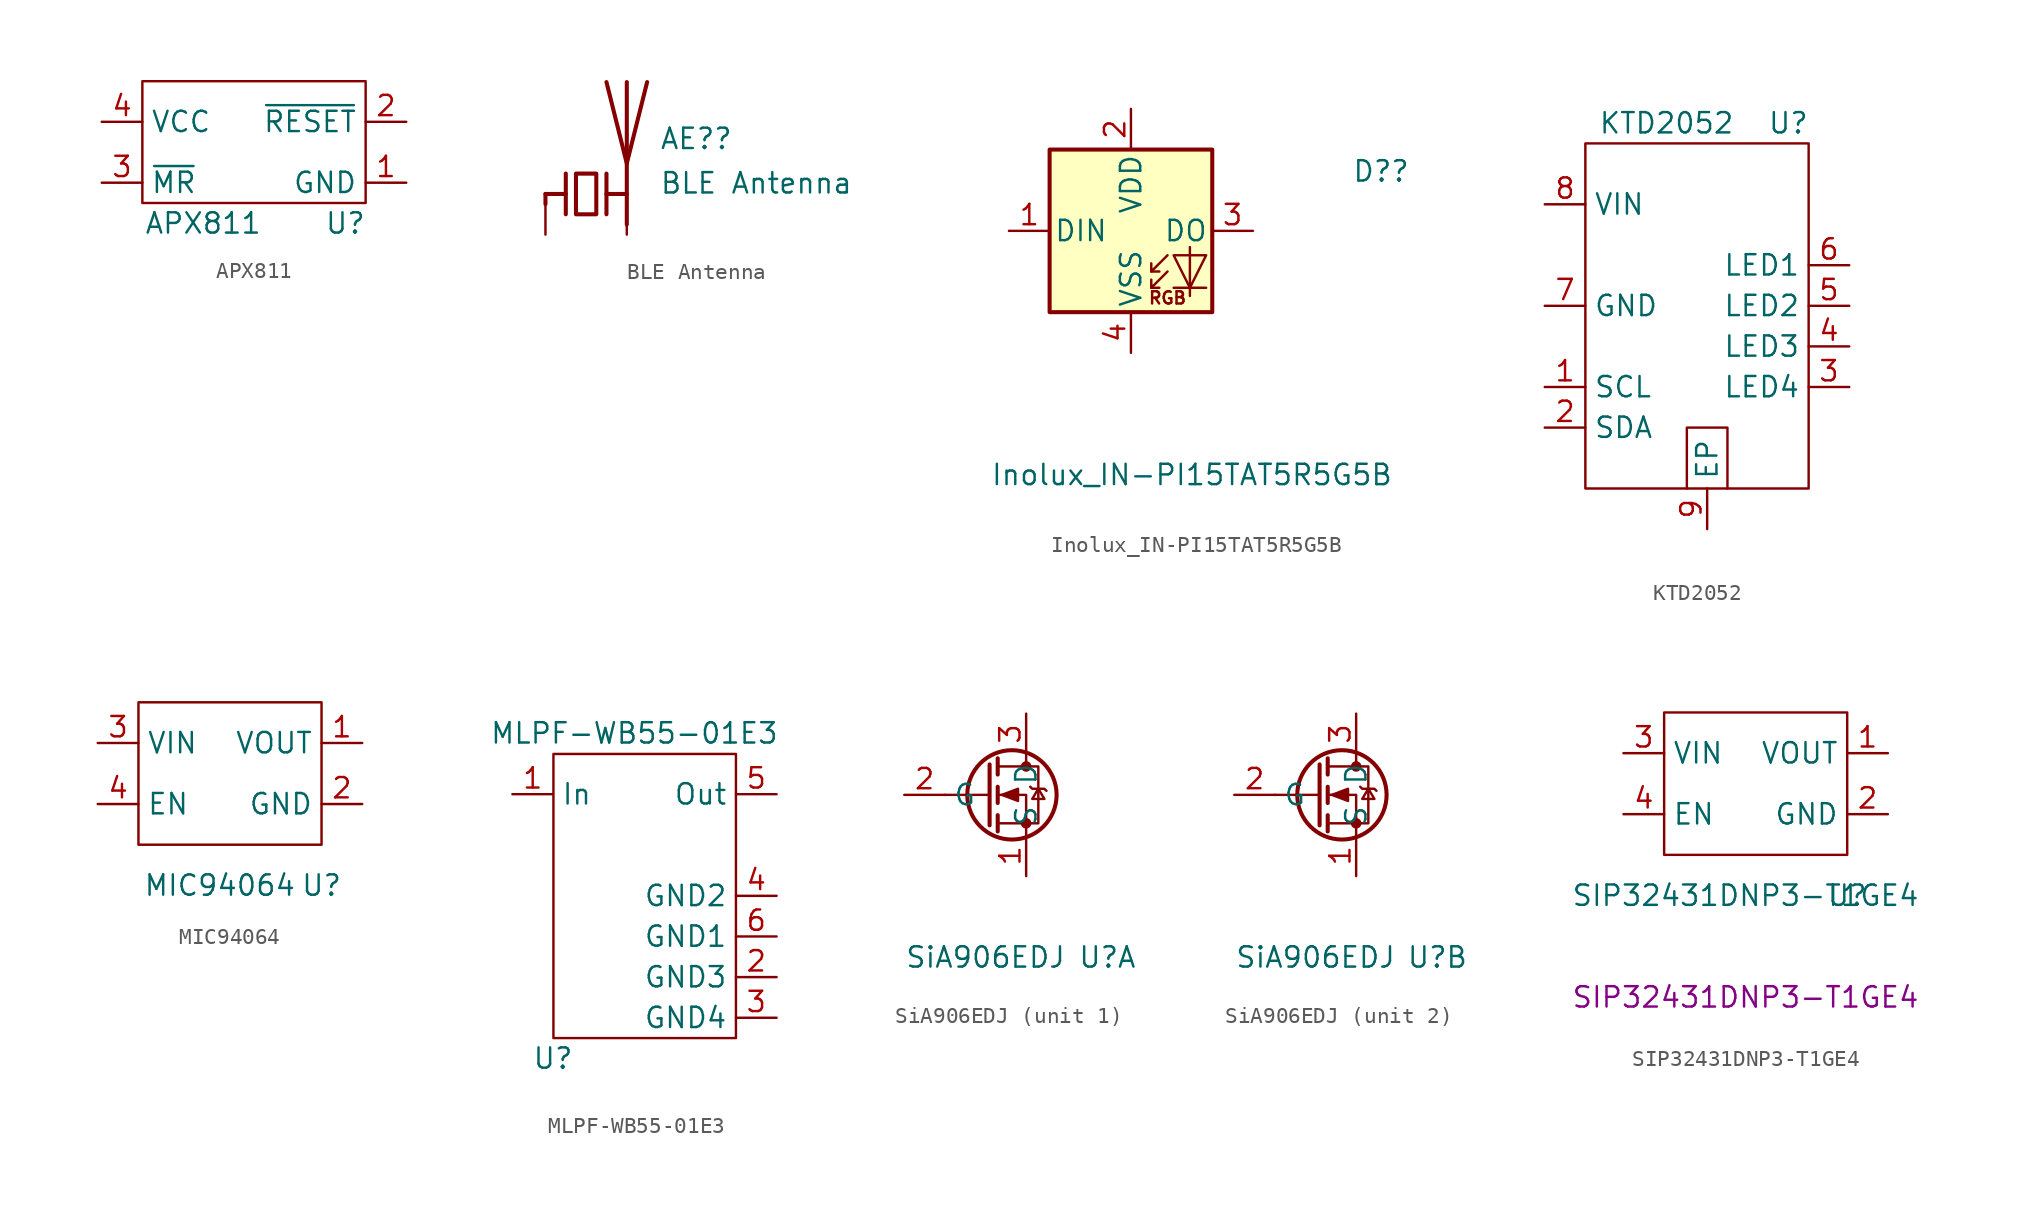
<source format=kicad_sym>
(kicad_symbol_lib
  (version 20211014)
  (generator kicad_symbol_editor)
  (symbol "APX811"
    (property "Reference" "U"
      (at 6.35 -2.54 0)
      (effects (font (size 1.27 1.27))))
    (property "Value" "APX811"
      (at -2.54 -2.54 0)
      (effects (font (size 1.27 1.27))))
    (symbol "APX811_0_1"
      (rectangle (start -6.35 6.35) (end 7.62 -1.27) (stroke (width 0.152) (type default) (color 0 0 0 0)) (fill (type none))))
    (symbol "APX811_1_1"
      (pin bidirectional line (at 10.16 0 180) (length 2.54) (name "GND" (effects (font (size 1.27 1.27)))) (number "1" (effects (font (size 1.27 1.27)))))
      (pin bidirectional line (at 10.16 3.81 180) (length 2.54) (name "~{RESET}" (effects (font (size 1.27 1.27)))) (number "2" (effects (font (size 1.27 1.27)))))
      (pin bidirectional line (at -8.89 0 0) (length 2.54) (name "~{MR}" (effects (font (size 1.27 1.27)))) (number "3" (effects (font (size 1.27 1.27)))))
      (pin bidirectional line (at -8.89 3.81 0) (length 2.54) (name "VCC" (effects (font (size 1.27 1.27)))) (number "4" (effects (font (size 1.27 1.27)))))))
  (symbol "BLE Antenna"
    (pin_numbers hide)
    (pin_names
      (offset 1.016) hide)
    (property "Reference" "AE?"
      (at 4.572 3.449 0)
      (effects (font (size 1.27 1.27)) (justify left)))
    (property "Value" "BLE Antenna"
      (at 4.572 0.673 0)
      (effects (font (size 1.27 1.27)) (justify left)))
    (symbol "BLE Antenna_0_1"
      (polyline (pts (xy -2.54 0) (xy -2.54 -0.635)) (stroke (width 0.254) (type default) (color 0 0 0 0)) (fill (type none)))
      (polyline (pts (xy -2.54 0) (xy -1.27 0)) (stroke (width 0.254) (type default) (color 0 0 0 0)) (fill (type none)))
      (polyline (pts (xy 1.27 0) (xy 2.54 0)) (stroke (width 0.254) (type default) (color 0 0 0 0)) (fill (type none)))
      (polyline (pts (xy 1.27 1.27) (xy 1.27 -1.27)) (stroke (width 0.254) (type default) (color 0 0 0 0)) (fill (type none)))
      (polyline (pts (xy 2.54 -0.635) (xy 2.54 0)) (stroke (width 0) (type default) (color 0 0 0 0)) (fill (type none)))
      (polyline (pts (xy 2.54 6.985) (xy 2.54 -1.905)) (stroke (width 0.254) (type default) (color 0 0 0 0)) (fill (type none)))
      (polyline (pts (xy -1.27 1.27) (xy -1.27 -1.27) (xy -1.27 0)) (stroke (width 0.254) (type default) (color 0 0 0 0)) (fill (type none)))
      (polyline (pts (xy 3.81 6.985) (xy 2.54 1.905) (xy 1.27 6.985)) (stroke (width 0.254) (type default) (color 0 0 0 0)) (fill (type none)))
      (polyline (pts (xy -0.635 1.27) (xy 0.635 1.27) (xy 0.635 -1.27) (xy -0.635 -1.27) (xy -0.635 1.27)) (stroke (width 0.254) (type default) (color 0 0 0 0)) (fill (type none))))
    (symbol "BLE Antenna_1_1"
      (pin input line (at -2.54 -2.54 90) (length 2.54) (name "FEED" (effects (font (size 1.27 1.27)))) (number "1" (effects (font (size 1.27 1.27)))))
      (pin passive line (at 2.54 -2.54 90) (length 2.54) (name "PCB_Trace" (effects (font (size 1.27 1.27)))) (number "2" (effects (font (size 1.27 1.27)))))))
  (symbol "Inolux_IN-PI15TAT5R5G5B"
    (pin_names
      (offset 0.254))
    (property "Reference" "D?"
      (at 15.628 3.725 0)
      (effects (font (size 1.27 1.27))))
    (property "Value" "Inolux_IN-PI15TAT5R5G5B"
      (at 3.81 -15.24 0)
      (effects (font (size 1.27 1.27))))
    (symbol "Inolux_IN-PI15TAT5R5G5B_0_0"
      (text "RGB" (at 2.286 -4.191 0) (effects (font (size 0.762 0.762)))))
    (symbol "Inolux_IN-PI15TAT5R5G5B_0_1"
      (polyline (pts (xy 1.27 -3.556) (xy 1.778 -3.556)) (stroke (width 0) (type default) (color 0 0 0 0)) (fill (type none)))
      (polyline (pts (xy 1.27 -2.54) (xy 1.778 -2.54)) (stroke (width 0) (type default) (color 0 0 0 0)) (fill (type none)))
      (polyline (pts (xy 4.699 -3.556) (xy 2.667 -3.556)) (stroke (width 0) (type default) (color 0 0 0 0)) (fill (type none)))
      (polyline (pts (xy 2.286 -2.54) (xy 1.27 -3.556) (xy 1.27 -3.048)) (stroke (width 0) (type default) (color 0 0 0 0)) (fill (type none)))
      (polyline (pts (xy 2.286 -1.524) (xy 1.27 -2.54) (xy 1.27 -2.032)) (stroke (width 0) (type default) (color 0 0 0 0)) (fill (type none)))
      (polyline (pts (xy 3.683 -1.016) (xy 3.683 -3.556) (xy 3.683 -4.064)) (stroke (width 0) (type default) (color 0 0 0 0)) (fill (type none)))
      (polyline (pts (xy 4.699 -1.524) (xy 2.667 -1.524) (xy 3.683 -3.556) (xy 4.699 -1.524)) (stroke (width 0) (type default) (color 0 0 0 0)) (fill (type none)))
      (rectangle (start 5.08 5.08) (end -5.08 -5.08) (stroke (width 0.254) (type default) (color 0 0 0 0)) (fill (type background))))
    (symbol "Inolux_IN-PI15TAT5R5G5B_1_1"
      (pin input line (at -7.62 0 0) (length 2.54) (name "DIN" (effects (font (size 1.27 1.27)))) (number "1" (effects (font (size 1.27 1.27)))))
      (pin power_in line (at 0 7.62 270) (length 2.54) (name "VDD" (effects (font (size 1.27 1.27)))) (number "2" (effects (font (size 1.27 1.27)))))
      (pin output line (at 7.62 0 180) (length 2.54) (name "DO" (effects (font (size 1.27 1.27)))) (number "3" (effects (font (size 1.27 1.27)))))
      (pin power_in line (at 0 -7.62 90) (length 2.54) (name "VSS" (effects (font (size 1.27 1.27)))) (number "4" (effects (font (size 1.27 1.27)))))))
  (symbol "KTD2052"
    (property "Reference" "U"
      (at 12.7 1.27 0)
      (effects (font (size 1.27 1.27))))
    (property "Value" "KTD2052"
      (at 5.08 1.27 0)
      (effects (font (size 1.27 1.27))))
    (symbol "KTD2052_0_1"
      (polyline (pts (xy 6.35 -21.59) (xy 6.35 -17.78) (xy 8.89 -17.78) (xy 8.89 -21.59)) (stroke (width 0.152) (type default) (color 0 0 0 0)) (fill (type none)))
      (rectangle (start 0 0) (end 13.97 -21.59) (stroke (width 0.152) (type default) (color 0 0 0 0)) (fill (type none))))
    (symbol "KTD2052_1_1"
      (pin bidirectional line (at -2.54 -15.24 0) (length 2.54) (name "SCL" (effects (font (size 1.27 1.27)))) (number "1" (effects (font (size 1.27 1.27)))))
      (pin bidirectional line (at -2.54 -17.78 0) (length 2.54) (name "SDA" (effects (font (size 1.27 1.27)))) (number "2" (effects (font (size 1.27 1.27)))))
      (pin bidirectional line (at 16.51 -15.24 180) (length 2.54) (name "LED4" (effects (font (size 1.27 1.27)))) (number "3" (effects (font (size 1.27 1.27)))))
      (pin bidirectional line (at 16.51 -12.7 180) (length 2.54) (name "LED3" (effects (font (size 1.27 1.27)))) (number "4" (effects (font (size 1.27 1.27)))))
      (pin bidirectional line (at 16.51 -10.16 180) (length 2.54) (name "LED2" (effects (font (size 1.27 1.27)))) (number "5" (effects (font (size 1.27 1.27)))))
      (pin bidirectional line (at 16.51 -7.62 180) (length 2.54) (name "LED1" (effects (font (size 1.27 1.27)))) (number "6" (effects (font (size 1.27 1.27)))))
      (pin power_in line (at -2.54 -10.16 0) (length 2.54) (name "GND" (effects (font (size 1.27 1.27)))) (number "7" (effects (font (size 1.27 1.27)))))
      (pin power_in line (at -2.54 -3.81 0) (length 2.54) (name "VIN" (effects (font (size 1.27 1.27)))) (number "8" (effects (font (size 1.27 1.27)))))
      (pin bidirectional line (at 7.62 -24.13 90) (length 2.54) (name "EP" (effects (font (size 1.27 1.27)))) (number "9" (effects (font (size 1.27 1.27)))))))
  (symbol "MIC94064"
    (property "Reference" "U"
      (at 2.54 -6.35 0)
      (effects (font (size 1.27 1.27))))
    (property "Value" "MIC94064"
      (at -3.81 -6.35 0)
      (effects (font (size 1.27 1.27))))
    (symbol "MIC94064_0_1"
      (rectangle (start -8.89 5.08) (end 2.54 -3.81) (stroke (width 0.152) (type default) (color 0 0 0 0)) (fill (type none))))
    (symbol "MIC94064_1_1"
      (pin bidirectional line (at 5.08 2.54 180) (length 2.54) (name "VOUT" (effects (font (size 1.27 1.27)))) (number "1" (effects (font (size 1.27 1.27)))))
      (pin bidirectional line (at 5.08 -1.27 180) (length 2.54) (name "GND" (effects (font (size 1.27 1.27)))) (number "2" (effects (font (size 1.27 1.27)))))
      (pin bidirectional line (at -11.43 2.54 0) (length 2.54) (name "VIN" (effects (font (size 1.27 1.27)))) (number "3" (effects (font (size 1.27 1.27)))))
      (pin bidirectional line (at -11.43 -1.27 0) (length 2.54) (name "EN" (effects (font (size 1.27 1.27)))) (number "4" (effects (font (size 1.27 1.27)))))))
  (symbol "MLPF-WB55-01E3"
    (property "Reference" "U"
      (at 0 -19.05 0)
      (effects (font (size 1.27 1.27))))
    (property "Value" "MLPF-WB55-01E3"
      (at 5.08 1.27 0)
      (effects (font (size 1.27 1.27))))
    (symbol "MLPF-WB55-01E3_0_1"
      (rectangle (start 0.025 -0.025) (end 11.43 -17.78) (stroke (width 0.152) (type default) (color 0 0 0 0)) (fill (type none))))
    (symbol "MLPF-WB55-01E3_1_1"
      (pin input line (at -2.54 -2.54 0) (length 2.54) (name "In" (effects (font (size 1.27 1.27)))) (number "1" (effects (font (size 1.27 1.27)))))
      (pin power_in line (at 13.97 -13.97 180) (length 2.54) (name "GND3" (effects (font (size 1.27 1.27)))) (number "2" (effects (font (size 1.27 1.27)))))
      (pin power_in line (at 13.97 -16.51 180) (length 2.54) (name "GND4" (effects (font (size 1.27 1.27)))) (number "3" (effects (font (size 1.27 1.27)))))
      (pin power_in line (at 13.97 -8.89 180) (length 2.54) (name "GND2" (effects (font (size 1.27 1.27)))) (number "4" (effects (font (size 1.27 1.27)))))
      (pin input line (at 13.97 -2.54 180) (length 2.54) (name "Out" (effects (font (size 1.27 1.27)))) (number "5" (effects (font (size 1.27 1.27)))))
      (pin power_in line (at 13.97 -11.43 180) (length 2.54) (name "GND1" (effects (font (size 1.27 1.27)))) (number "6" (effects (font (size 1.27 1.27)))))))
  (symbol "SiA906EDJ"
    (property "Reference" "U"
      (at 6.35 -10.16 0)
      (effects (font (size 1.27 1.27))))
    (property "Value" "SiA906EDJ"
      (at -1.27 -10.16 0)
      (effects (font (size 1.27 1.27))))
    (symbol "SiA906EDJ_0_1"
      (polyline (pts (xy -1.016 0) (xy -3.81 0)) (stroke (width 0) (type default) (color 0 0 0 0)) (fill (type none)))
      (polyline (pts (xy -1.016 1.905) (xy -1.016 -1.905)) (stroke (width 0.254) (type default) (color 0 0 0 0)) (fill (type none)))
      (polyline (pts (xy -0.508 -1.27) (xy -0.508 -2.286)) (stroke (width 0.254) (type default) (color 0 0 0 0)) (fill (type none)))
      (polyline (pts (xy -0.508 0.508) (xy -0.508 -0.508)) (stroke (width 0.254) (type default) (color 0 0 0 0)) (fill (type none)))
      (polyline (pts (xy -0.508 2.286) (xy -0.508 1.27)) (stroke (width 0.254) (type default) (color 0 0 0 0)) (fill (type none)))
      (polyline (pts (xy 1.27 2.54) (xy 1.27 1.778)) (stroke (width 0) (type default) (color 0 0 0 0)) (fill (type none)))
      (polyline (pts (xy 1.27 -2.54) (xy 1.27 0) (xy -0.508 0)) (stroke (width 0) (type default) (color 0 0 0 0)) (fill (type none)))
      (polyline (pts (xy -0.508 -1.778) (xy 2.032 -1.778) (xy 2.032 1.778) (xy -0.508 1.778)) (stroke (width 0) (type default) (color 0 0 0 0)) (fill (type none)))
      (polyline (pts (xy -0.254 0) (xy 0.762 0.381) (xy 0.762 -0.381) (xy -0.254 0)) (stroke (width 0) (type default) (color 0 0 0 0)) (fill (type outline)))
      (polyline (pts (xy 1.524 0.508) (xy 1.651 0.381) (xy 2.413 0.381) (xy 2.54 0.254)) (stroke (width 0) (type default) (color 0 0 0 0)) (fill (type none)))
      (polyline (pts (xy 2.032 0.381) (xy 1.651 -0.254) (xy 2.413 -0.254) (xy 2.032 0.381)) (stroke (width 0) (type default) (color 0 0 0 0)) (fill (type none)))
      (circle (center 0.381 0) (radius 2.794) (stroke (width 0.254) (type default) (color 0 0 0 0)) (fill (type none)))
      (circle (center 1.27 -1.778) (radius 0.254) (stroke (width 0) (type default) (color 0 0 0 0)) (fill (type outline)))
      (circle (center 1.27 1.778) (radius 0.254) (stroke (width 0) (type default) (color 0 0 0 0)) (fill (type outline))))
    (symbol "SiA906EDJ_1_1"
      (pin passive line (at 1.27 -5.08 90) (length 2.54) (name "S" (effects (font (size 1.27 1.27)))) (number "1" (effects (font (size 1.27 1.27)))))
      (pin input line (at -6.35 0 0) (length 2.54) (name "G" (effects (font (size 1.27 1.27)))) (number "2" (effects (font (size 1.27 1.27)))))
      (pin passive line (at 1.27 5.08 270) (length 2.54) (name "D" (effects (font (size 1.27 1.27)))) (number "3" (effects (font (size 1.27 1.27))))))
    (symbol "SiA906EDJ_2_1"
      (pin passive line (at 1.27 -5.08 90) (length 2.54) (name "S" (effects (font (size 1.27 1.27)))) (number "1" (effects (font (size 1.27 1.27)))))
      (pin input line (at -6.35 0 0) (length 2.54) (name "G" (effects (font (size 1.27 1.27)))) (number "2" (effects (font (size 1.27 1.27)))))
      (pin passive line (at 1.27 5.08 270) (length 2.54) (name "D" (effects (font (size 1.27 1.27)))) (number "3" (effects (font (size 1.27 1.27)))))))
  (symbol "SIP32431DNP3-T1GE4"
    (property "Reference" "U"
      (at 2.54 -6.35 0)
      (effects (font (size 1.27 1.27))))
    (property "Value" "SIP32431DNP3-T1GE4"
      (at -3.81 -6.35 0)
      (effects (font (size 1.27 1.27))))
    (property "Digikey" "SIP32431DNP3-T1GE4"
      (at -3.81 -12.7 0)
      (effects (font (size 1.27 1.27))))
    (symbol "SIP32431DNP3-T1GE4_0_1"
      (rectangle (start -8.89 5.08) (end 2.54 -3.81) (stroke (width 0.152) (type default) (color 0 0 0 0)) (fill (type none))))
    (symbol "SIP32431DNP3-T1GE4_1_1"
      (pin bidirectional line (at 5.08 2.54 180) (length 2.54) (name "VOUT" (effects (font (size 1.27 1.27)))) (number "1" (effects (font (size 1.27 1.27)))))
      (pin bidirectional line (at 5.08 -1.27 180) (length 2.54) (name "GND" (effects (font (size 1.27 1.27)))) (number "2" (effects (font (size 1.27 1.27)))))
      (pin bidirectional line (at -11.43 2.54 0) (length 2.54) (name "VIN" (effects (font (size 1.27 1.27)))) (number "3" (effects (font (size 1.27 1.27)))))
      (pin bidirectional line (at -11.43 -1.27 0) (length 2.54) (name "EN" (effects (font (size 1.27 1.27)))) (number "4" (effects (font (size 1.27 1.27))))))))
</source>
